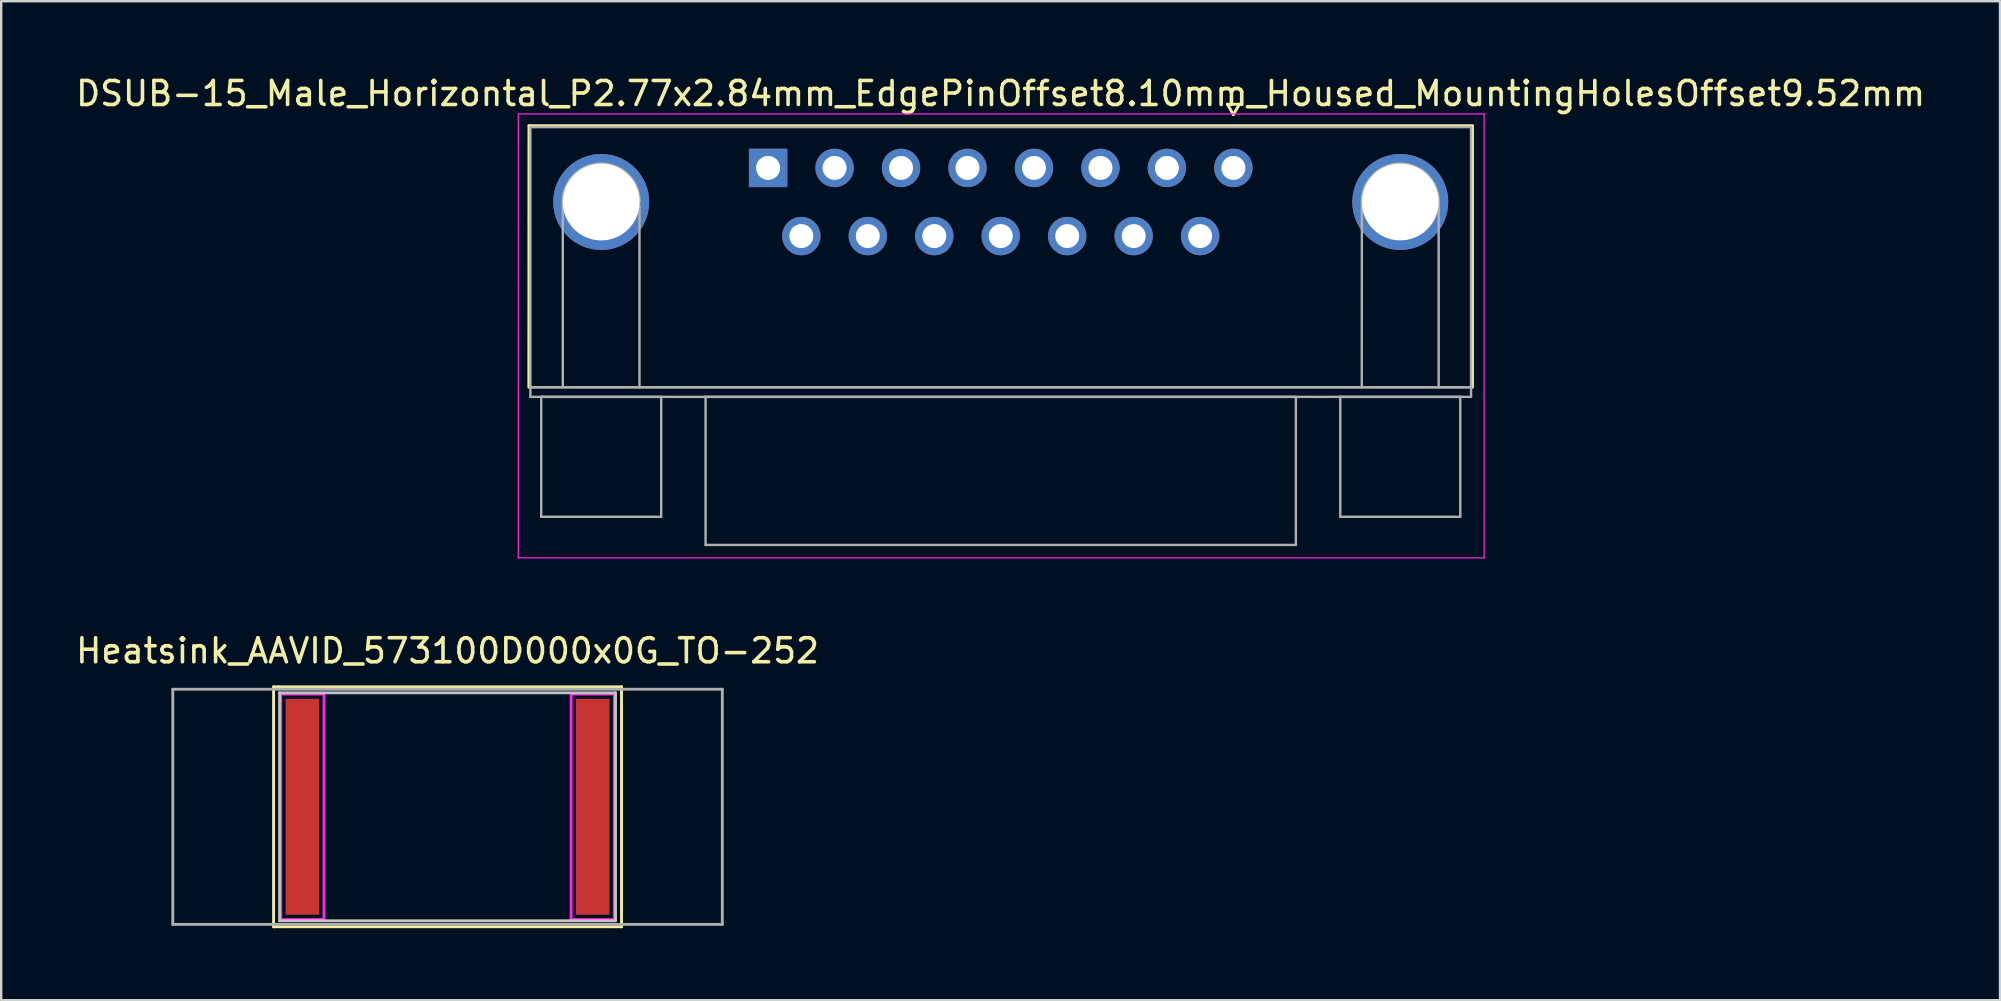
<source format=kicad_pcb>
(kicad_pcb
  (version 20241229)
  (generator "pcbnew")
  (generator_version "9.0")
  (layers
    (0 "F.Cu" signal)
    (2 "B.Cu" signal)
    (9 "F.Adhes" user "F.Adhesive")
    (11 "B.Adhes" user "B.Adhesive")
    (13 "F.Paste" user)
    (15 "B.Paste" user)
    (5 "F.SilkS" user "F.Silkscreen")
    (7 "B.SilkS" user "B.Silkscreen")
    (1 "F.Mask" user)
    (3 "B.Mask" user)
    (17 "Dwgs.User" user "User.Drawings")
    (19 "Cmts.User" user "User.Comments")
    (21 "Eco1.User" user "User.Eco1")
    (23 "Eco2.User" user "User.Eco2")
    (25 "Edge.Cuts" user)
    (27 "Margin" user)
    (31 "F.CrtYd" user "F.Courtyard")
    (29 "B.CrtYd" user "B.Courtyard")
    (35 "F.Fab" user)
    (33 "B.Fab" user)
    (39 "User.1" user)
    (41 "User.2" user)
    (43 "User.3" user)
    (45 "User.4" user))
  (footprint "DSUB-15_Male_Horizontal_P2.77x2.84mm_EdgePinOffset8.10mm_Housed_MountingHolesOffset9.52mm"
    (layer "F.Cu")
    (at 38.649 11.848)
    (property "Reference" "DSUB-15_Male_Horizontal_P2.77x2.84mm_EdgePinOffset8.10mm_Housed_MountingHolesOffset9.52mm" (at 0 -11 0) (layer "F.SilkS") (effects (font (size 1 1) (thickness 0.15))))
    (attr through_hole)
    (fp_line (start -19.66 1.24) (end -19.655 -9.66) (stroke (width 0.12) (type solid)) (layer "F.SilkS"))
    (fp_line (start -19.655 -9.66) (end 19.665 -9.66) (stroke (width 0.12) (type solid)) (layer "F.SilkS"))
    (fp_line (start 9.45 -10.554) (end 9.95 -10.554) (stroke (width 0.12) (type solid)) (layer "F.SilkS"))
    (fp_line (start 9.7 -10.121) (end 9.45 -10.554) (stroke (width 0.12) (type solid)) (layer "F.SilkS"))
    (fp_line (start 9.95 -10.554) (end 9.7 -10.121) (stroke (width 0.12) (type solid)) (layer "F.SilkS"))
    (fp_line (start 19.665 -9.62) (end 19.665 1.24) (stroke (width 0.12) (type solid)) (layer "F.SilkS"))
    (fp_line (start -20.1 -10.15) (end -20.1 8.35) (stroke (width 0.05) (type solid)) (layer "F.CrtYd"))
    (fp_line (start -20.1 8.35) (end 20.15 8.35) (stroke (width 0.05) (type solid)) (layer "F.CrtYd"))
    (fp_line (start 20.15 -10.15) (end -20.1 -10.15) (stroke (width 0.05) (type solid)) (layer "F.CrtYd"))
    (fp_line (start 20.15 8.35) (end 20.15 -10.15) (stroke (width 0.05) (type solid)) (layer "F.CrtYd"))
    (fp_line (start -19.595 -9.6) (end -19.595 1.24) (stroke (width 0.1) (type solid)) (layer "F.Fab"))
    (fp_line (start -19.595 1.24) (end -19.595 1.64) (stroke (width 0.1) (type solid)) (layer "F.Fab"))
    (fp_line (start -19.595 1.24) (end 19.605 1.24) (stroke (width 0.1) (type solid)) (layer "F.Fab"))
    (fp_line (start -19.595 1.64) (end 19.605 1.64) (stroke (width 0.1) (type solid)) (layer "F.Fab"))
    (fp_line (start -19.145 1.64) (end -19.145 6.64) (stroke (width 0.1) (type solid)) (layer "F.Fab"))
    (fp_line (start -19.145 6.64) (end -14.145 6.64) (stroke (width 0.1) (type solid)) (layer "F.Fab"))
    (fp_line (start -18.245 1.24) (end -18.245 -6.48) (stroke (width 0.1) (type solid)) (layer "F.Fab"))
    (fp_line (start -15.05 1.24) (end -15.05 -6.34) (stroke (width 0.1) (type solid)) (layer "F.Fab"))
    (fp_line (start -14.145 1.64) (end -19.145 1.64) (stroke (width 0.1) (type solid)) (layer "F.Fab"))
    (fp_line (start -14.145 6.64) (end -14.145 1.64) (stroke (width 0.1) (type solid)) (layer "F.Fab"))
    (fp_line (start -12.295 1.64) (end -12.295 7.81) (stroke (width 0.1) (type solid)) (layer "F.Fab"))
    (fp_line (start -12.295 7.81) (end 12.305 7.81) (stroke (width 0.1) (type solid)) (layer "F.Fab"))
    (fp_line (start 12.305 1.64) (end -12.295 1.64) (stroke (width 0.1) (type solid)) (layer "F.Fab"))
    (fp_line (start 12.305 7.81) (end 12.305 1.64) (stroke (width 0.1) (type solid)) (layer "F.Fab"))
    (fp_line (start 14.155 1.64) (end 14.155 6.64) (stroke (width 0.1) (type solid)) (layer "F.Fab"))
    (fp_line (start 14.155 6.64) (end 19.155 6.64) (stroke (width 0.1) (type solid)) (layer "F.Fab"))
    (fp_line (start 15.05 1.24) (end 15.055 -6.48) (stroke (width 0.1) (type solid)) (layer "F.Fab"))
    (fp_line (start 18.255 1.24) (end 18.255 -6.48) (stroke (width 0.1) (type solid)) (layer "F.Fab"))
    (fp_line (start 19.155 1.64) (end 14.155 1.64) (stroke (width 0.1) (type solid)) (layer "F.Fab"))
    (fp_line (start 19.155 6.64) (end 19.155 1.64) (stroke (width 0.1) (type solid)) (layer "F.Fab"))
    (fp_line (start 19.605 -9.6) (end -19.595 -9.6) (stroke (width 0.1) (type solid)) (layer "F.Fab"))
    (fp_line (start 19.605 1.24) (end -19.595 1.24) (stroke (width 0.1) (type solid)) (layer "F.Fab"))
    (fp_line (start 19.605 1.24) (end 19.605 -9.6) (stroke (width 0.1) (type solid)) (layer "F.Fab"))
    (fp_line (start 19.605 1.64) (end 19.605 1.24) (stroke (width 0.1) (type solid)) (layer "F.Fab"))
    (fp_arc (start -18.245 -6.48) (mid -16.645 -8.08) (end -15.045 -6.48) (stroke (width 0.1) (type solid)) (layer "F.Fab"))
    (fp_arc (start 15.055 -6.48) (mid 16.655 -8.08) (end 18.255 -6.48) (stroke (width 0.1) (type solid)) (layer "F.Fab"))
    (pad "0" thru_hole circle (at -16.645 -6.48) (size 4 4) (drill 3.2) (layers "*.Cu" "*.Mask"))
    (pad "0" thru_hole circle (at 16.655 -6.48) (size 4 4) (drill 3.2) (layers "*.Cu" "*.Mask"))
    (pad "1" thru_hole rect (at -9.69 -7.9) (size 1.6 1.6) (drill 1) (layers "*.Cu" "*.Mask"))
    (pad "2" thru_hole circle (at -6.92 -7.9) (size 1.6 1.6) (drill 1) (layers "*.Cu" "*.Mask"))
    (pad "3" thru_hole circle (at -4.15 -7.9) (size 1.6 1.6) (drill 1) (layers "*.Cu" "*.Mask"))
    (pad "4" thru_hole circle (at -1.38 -7.9) (size 1.6 1.6) (drill 1) (layers "*.Cu" "*.Mask"))
    (pad "5" thru_hole circle (at 1.39 -7.9) (size 1.6 1.6) (drill 1) (layers "*.Cu" "*.Mask"))
    (pad "6" thru_hole circle (at 4.16 -7.9) (size 1.6 1.6) (drill 1) (layers "*.Cu" "*.Mask"))
    (pad "7" thru_hole circle (at 6.93 -7.9) (size 1.6 1.6) (drill 1) (layers "*.Cu" "*.Mask"))
    (pad "8" thru_hole circle (at 9.7 -7.9) (size 1.6 1.6) (drill 1) (layers "*.Cu" "*.Mask"))
    (pad "9" thru_hole circle (at -8.305 -5.06) (size 1.6 1.6) (drill 1) (layers "*.Cu" "*.Mask"))
    (pad "10" thru_hole circle (at -5.535 -5.06) (size 1.6 1.6) (drill 1) (layers "*.Cu" "*.Mask"))
    (pad "11" thru_hole circle (at -2.765 -5.06) (size 1.6 1.6) (drill 1) (layers "*.Cu" "*.Mask"))
    (pad "12" thru_hole circle (at 0.005 -5.06) (size 1.6 1.6) (drill 1) (layers "*.Cu" "*.Mask"))
    (pad "13" thru_hole circle (at 2.775 -5.06) (size 1.6 1.6) (drill 1) (layers "*.Cu" "*.Mask"))
    (pad "14" thru_hole circle (at 5.545 -5.06) (size 1.6 1.6) (drill 1) (layers "*.Cu" "*.Mask"))
    (pad "15" thru_hole circle (at 8.315 -5.06) (size 1.6 1.6) (drill 1) (layers "*.Cu" "*.Mask")))
  (footprint "Heatsink_AAVID_573100D000x0G_TO-252"
    (layer "F.Cu")
    (at 15.601 30.572)
    (property "Reference" "Heatsink_AAVID_573100D000x0G_TO-252" (at 0 -6.5 0) (layer "F.SilkS") (effects (font (size 1 1) (thickness 0.15))))
    (attr smd)
    (fp_line (start -7.25 -5) (end -7.25 5) (stroke (width 0.12) (type solid)) (layer "F.SilkS"))
    (fp_line (start -7.25 5) (end 7.25 5) (stroke (width 0.12) (type solid)) (layer "F.SilkS"))
    (fp_line (start -7.05 -5) (end -7.25 -5) (stroke (width 0.12) (type solid)) (layer "F.SilkS"))
    (fp_line (start 7.25 -5) (end -7.05 -5) (stroke (width 0.12) (type solid)) (layer "F.SilkS"))
    (fp_line (start 7.25 5) (end 7.25 -5) (stroke (width 0.12) (type solid)) (layer "F.SilkS"))
    (fp_line (start -7 -4.75) (end 7 -4.75) (stroke (width 0.12) (type solid)) (layer "Dwgs.User"))
    (fp_line (start -7 4.75) (end -7 -4.75) (stroke (width 0.12) (type solid)) (layer "Dwgs.User"))
    (fp_line (start 7 -4.75) (end 7 4.75) (stroke (width 0.12) (type solid)) (layer "Dwgs.User"))
    (fp_line (start 7 4.75) (end -7 4.75) (stroke (width 0.12) (type solid)) (layer "Dwgs.User"))
    (fp_line (start -6.95 -4.7) (end -6.95 4.7) (stroke (width 0.12) (type solid)) (layer "F.CrtYd"))
    (fp_line (start -6.95 4.7) (end -5.15 4.7) (stroke (width 0.12) (type solid)) (layer "F.CrtYd"))
    (fp_line (start -5.15 -4.7) (end -6.95 -4.7) (stroke (width 0.12) (type solid)) (layer "F.CrtYd"))
    (fp_line (start -5.15 4.7) (end -5.15 -4.7) (stroke (width 0.12) (type solid)) (layer "F.CrtYd"))
    (fp_line (start 5.15 -4.7) (end 5.15 4.7) (stroke (width 0.12) (type solid)) (layer "F.CrtYd"))
    (fp_line (start 5.15 4.7) (end 6.95 4.7) (stroke (width 0.12) (type solid)) (layer "F.CrtYd"))
    (fp_line (start 6.95 -4.7) (end 5.15 -4.7) (stroke (width 0.12) (type solid)) (layer "F.CrtYd"))
    (fp_line (start 6.95 4.7) (end 6.95 -4.7) (stroke (width 0.12) (type solid)) (layer "F.CrtYd"))
    (fp_line (start -11.45 -4.9) (end -11.45 4.9) (stroke (width 0.12) (type solid)) (layer "F.Fab"))
    (fp_line (start -11.45 4.9) (end 11.45 4.9) (stroke (width 0.12) (type solid)) (layer "F.Fab"))
    (fp_line (start 11.45 -4.9) (end -11.45 -4.9) (stroke (width 0.12) (type solid)) (layer "F.Fab"))
    (fp_line (start 11.45 4.9) (end 11.45 -4.9) (stroke (width 0.12) (type solid)) (layer "F.Fab"))
    (pad "1" smd rect (at -6.05 0) (size 1.4 9) (layers "F.Cu" "F.Mask" "F.Paste"))
    (pad "1" smd rect (at 6.05 0) (size 1.4 9) (layers "F.Cu" "F.Mask" "F.Paste")))
  (gr_rect
    (start -3 -3)
    (end 80.298 38.632)
    (stroke (width 0.1) (type default))
    (fill no)
    (layer "Edge.Cuts")))
</source>
